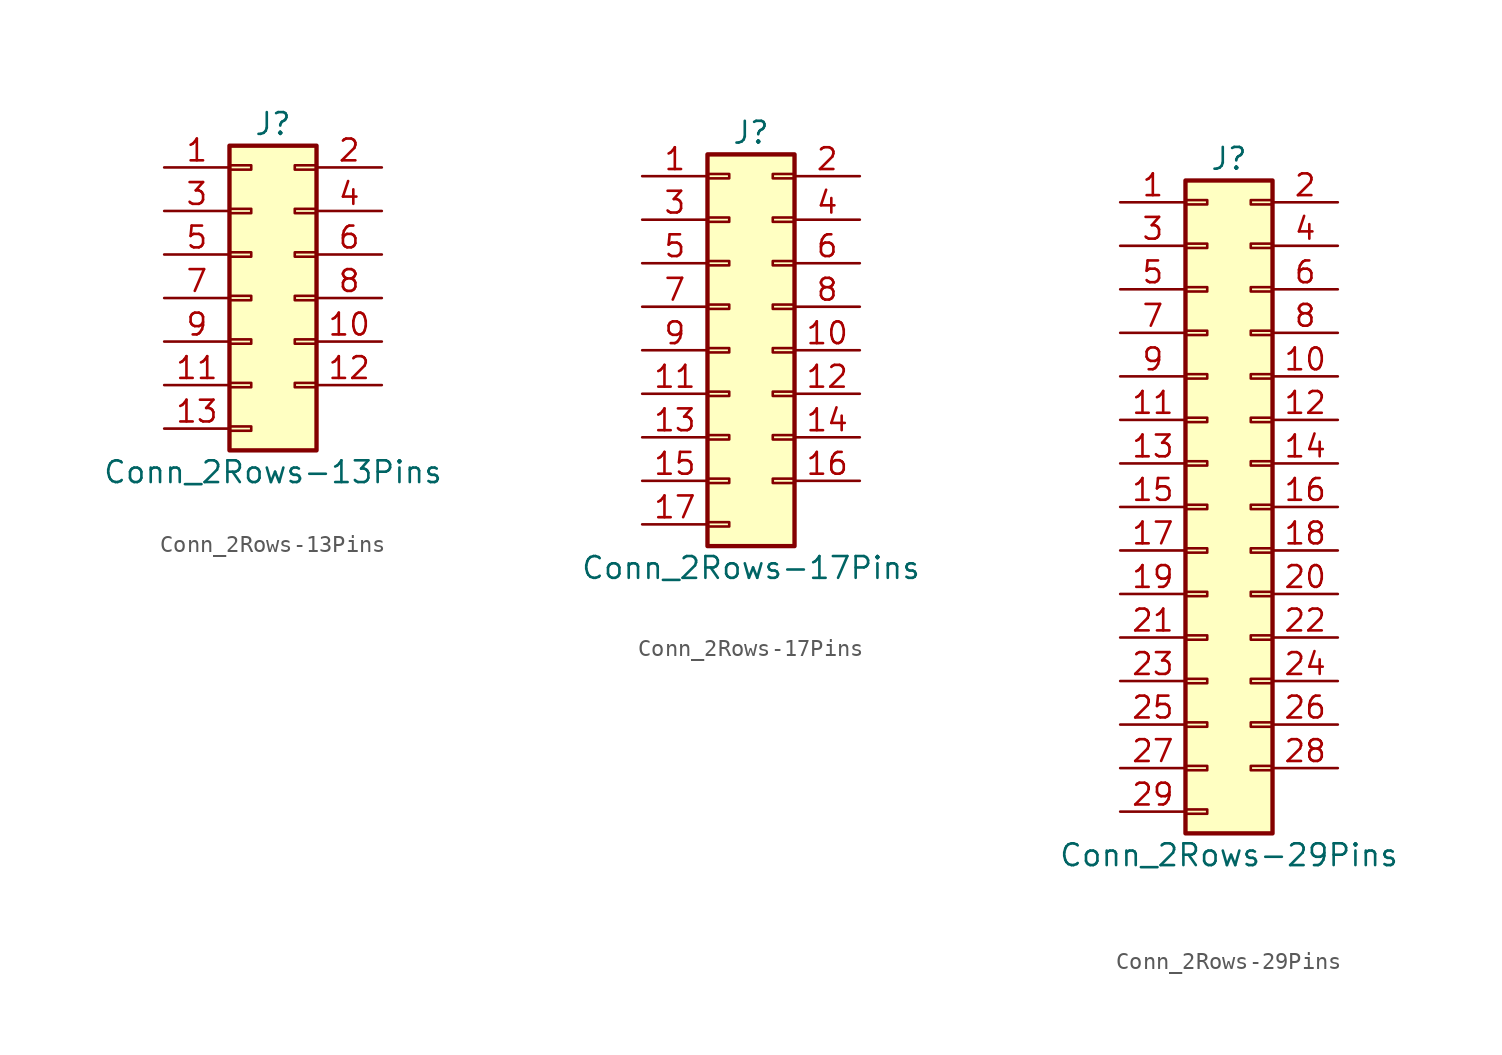
<source format=kicad_sym>
(kicad_symbol_lib
  (version 20220914)
  (generator kicad_symbol_editor)
  (symbol "Conn_2Rows-13Pins"
    (pin_names
      (offset 1.016) hide)
    (property "Reference" "J"
      (at 1.27 10.16 0)
      (effects (font (size 1.27 1.27))))
    (property "Value" "Conn_2Rows-13Pins"
      (at 1.27 -10.16 0)
      (effects (font (size 1.27 1.27))))
    (symbol "Conn_2Rows-13Pins_1_1"
      (rectangle (start -1.27 -7.493) (end 0 -7.747) (stroke (width 0.152) (type default)) (fill (type none)))
      (rectangle (start -1.27 -4.953) (end 0 -5.207) (stroke (width 0.152) (type default)) (fill (type none)))
      (rectangle (start -1.27 -2.413) (end 0 -2.667) (stroke (width 0.152) (type default)) (fill (type none)))
      (rectangle (start -1.27 0.127) (end 0 -0.127) (stroke (width 0.152) (type default)) (fill (type none)))
      (rectangle (start -1.27 2.667) (end 0 2.413) (stroke (width 0.152) (type default)) (fill (type none)))
      (rectangle (start -1.27 5.207) (end 0 4.953) (stroke (width 0.152) (type default)) (fill (type none)))
      (rectangle (start -1.27 7.747) (end 0 7.493) (stroke (width 0.152) (type default)) (fill (type none)))
      (rectangle (start -1.27 8.89) (end 3.81 -8.89) (stroke (width 0.254) (type default)) (fill (type background)))
      (rectangle (start 3.81 -4.953) (end 2.54 -5.207) (stroke (width 0.152) (type default)) (fill (type none)))
      (rectangle (start 3.81 -2.413) (end 2.54 -2.667) (stroke (width 0.152) (type default)) (fill (type none)))
      (rectangle (start 3.81 0.127) (end 2.54 -0.127) (stroke (width 0.152) (type default)) (fill (type none)))
      (rectangle (start 3.81 2.667) (end 2.54 2.413) (stroke (width 0.152) (type default)) (fill (type none)))
      (rectangle (start 3.81 5.207) (end 2.54 4.953) (stroke (width 0.152) (type default)) (fill (type none)))
      (rectangle (start 3.81 7.747) (end 2.54 7.493) (stroke (width 0.152) (type default)) (fill (type none)))
      (pin passive line (at -5.08 7.62 0) (length 3.81) (name "Pin_1" (effects (font (size 1.27 1.27)))) (number "1" (effects (font (size 1.27 1.27)))))
      (pin passive line (at 7.62 -2.54 180) (length 3.81) (name "Pin_10" (effects (font (size 1.27 1.27)))) (number "10" (effects (font (size 1.27 1.27)))))
      (pin passive line (at -5.08 -5.08 0) (length 3.81) (name "Pin_11" (effects (font (size 1.27 1.27)))) (number "11" (effects (font (size 1.27 1.27)))))
      (pin passive line (at 7.62 -5.08 180) (length 3.81) (name "Pin_12" (effects (font (size 1.27 1.27)))) (number "12" (effects (font (size 1.27 1.27)))))
      (pin passive line (at -5.08 -7.62 0) (length 3.81) (name "Pin_13" (effects (font (size 1.27 1.27)))) (number "13" (effects (font (size 1.27 1.27)))))
      (pin passive line (at 7.62 7.62 180) (length 3.81) (name "Pin_2" (effects (font (size 1.27 1.27)))) (number "2" (effects (font (size 1.27 1.27)))))
      (pin passive line (at -5.08 5.08 0) (length 3.81) (name "Pin_3" (effects (font (size 1.27 1.27)))) (number "3" (effects (font (size 1.27 1.27)))))
      (pin passive line (at 7.62 5.08 180) (length 3.81) (name "Pin_4" (effects (font (size 1.27 1.27)))) (number "4" (effects (font (size 1.27 1.27)))))
      (pin passive line (at -5.08 2.54 0) (length 3.81) (name "Pin_5" (effects (font (size 1.27 1.27)))) (number "5" (effects (font (size 1.27 1.27)))))
      (pin passive line (at 7.62 2.54 180) (length 3.81) (name "Pin_6" (effects (font (size 1.27 1.27)))) (number "6" (effects (font (size 1.27 1.27)))))
      (pin passive line (at -5.08 0 0) (length 3.81) (name "Pin_7" (effects (font (size 1.27 1.27)))) (number "7" (effects (font (size 1.27 1.27)))))
      (pin passive line (at 7.62 0 180) (length 3.81) (name "Pin_8" (effects (font (size 1.27 1.27)))) (number "8" (effects (font (size 1.27 1.27)))))
      (pin passive line (at -5.08 -2.54 0) (length 3.81) (name "Pin_9" (effects (font (size 1.27 1.27)))) (number "9" (effects (font (size 1.27 1.27)))))))
  (symbol "Conn_2Rows-17Pins"
    (pin_names
      (offset 1.016) hide)
    (property "Reference" "J"
      (at 1.27 12.7 0)
      (effects (font (size 1.27 1.27))))
    (property "Value" "Conn_2Rows-17Pins"
      (at 1.27 -12.7 0)
      (effects (font (size 1.27 1.27))))
    (symbol "Conn_2Rows-17Pins_1_1"
      (rectangle (start -1.27 -10.033) (end 0 -10.287) (stroke (width 0.152) (type default)) (fill (type none)))
      (rectangle (start -1.27 -7.493) (end 0 -7.747) (stroke (width 0.152) (type default)) (fill (type none)))
      (rectangle (start -1.27 -4.953) (end 0 -5.207) (stroke (width 0.152) (type default)) (fill (type none)))
      (rectangle (start -1.27 -2.413) (end 0 -2.667) (stroke (width 0.152) (type default)) (fill (type none)))
      (rectangle (start -1.27 0.127) (end 0 -0.127) (stroke (width 0.152) (type default)) (fill (type none)))
      (rectangle (start -1.27 2.667) (end 0 2.413) (stroke (width 0.152) (type default)) (fill (type none)))
      (rectangle (start -1.27 5.207) (end 0 4.953) (stroke (width 0.152) (type default)) (fill (type none)))
      (rectangle (start -1.27 7.747) (end 0 7.493) (stroke (width 0.152) (type default)) (fill (type none)))
      (rectangle (start -1.27 10.287) (end 0 10.033) (stroke (width 0.152) (type default)) (fill (type none)))
      (rectangle (start -1.27 11.43) (end 3.81 -11.43) (stroke (width 0.254) (type default)) (fill (type background)))
      (rectangle (start 3.81 -7.493) (end 2.54 -7.747) (stroke (width 0.152) (type default)) (fill (type none)))
      (rectangle (start 3.81 -4.953) (end 2.54 -5.207) (stroke (width 0.152) (type default)) (fill (type none)))
      (rectangle (start 3.81 -2.413) (end 2.54 -2.667) (stroke (width 0.152) (type default)) (fill (type none)))
      (rectangle (start 3.81 0.127) (end 2.54 -0.127) (stroke (width 0.152) (type default)) (fill (type none)))
      (rectangle (start 3.81 2.667) (end 2.54 2.413) (stroke (width 0.152) (type default)) (fill (type none)))
      (rectangle (start 3.81 5.207) (end 2.54 4.953) (stroke (width 0.152) (type default)) (fill (type none)))
      (rectangle (start 3.81 7.747) (end 2.54 7.493) (stroke (width 0.152) (type default)) (fill (type none)))
      (rectangle (start 3.81 10.287) (end 2.54 10.033) (stroke (width 0.152) (type default)) (fill (type none)))
      (pin passive line (at -5.08 10.16 0) (length 3.81) (name "Pin_1" (effects (font (size 1.27 1.27)))) (number "1" (effects (font (size 1.27 1.27)))))
      (pin passive line (at 7.62 0 180) (length 3.81) (name "Pin_10" (effects (font (size 1.27 1.27)))) (number "10" (effects (font (size 1.27 1.27)))))
      (pin passive line (at -5.08 -2.54 0) (length 3.81) (name "Pin_11" (effects (font (size 1.27 1.27)))) (number "11" (effects (font (size 1.27 1.27)))))
      (pin passive line (at 7.62 -2.54 180) (length 3.81) (name "Pin_12" (effects (font (size 1.27 1.27)))) (number "12" (effects (font (size 1.27 1.27)))))
      (pin passive line (at -5.08 -5.08 0) (length 3.81) (name "Pin_13" (effects (font (size 1.27 1.27)))) (number "13" (effects (font (size 1.27 1.27)))))
      (pin passive line (at 7.62 -5.08 180) (length 3.81) (name "Pin_14" (effects (font (size 1.27 1.27)))) (number "14" (effects (font (size 1.27 1.27)))))
      (pin passive line (at -5.08 -7.62 0) (length 3.81) (name "Pin_15" (effects (font (size 1.27 1.27)))) (number "15" (effects (font (size 1.27 1.27)))))
      (pin passive line (at 7.62 -7.62 180) (length 3.81) (name "Pin_16" (effects (font (size 1.27 1.27)))) (number "16" (effects (font (size 1.27 1.27)))))
      (pin passive line (at -5.08 -10.16 0) (length 3.81) (name "Pin_17" (effects (font (size 1.27 1.27)))) (number "17" (effects (font (size 1.27 1.27)))))
      (pin passive line (at 7.62 10.16 180) (length 3.81) (name "Pin_2" (effects (font (size 1.27 1.27)))) (number "2" (effects (font (size 1.27 1.27)))))
      (pin passive line (at -5.08 7.62 0) (length 3.81) (name "Pin_3" (effects (font (size 1.27 1.27)))) (number "3" (effects (font (size 1.27 1.27)))))
      (pin passive line (at 7.62 7.62 180) (length 3.81) (name "Pin_4" (effects (font (size 1.27 1.27)))) (number "4" (effects (font (size 1.27 1.27)))))
      (pin passive line (at -5.08 5.08 0) (length 3.81) (name "Pin_5" (effects (font (size 1.27 1.27)))) (number "5" (effects (font (size 1.27 1.27)))))
      (pin passive line (at 7.62 5.08 180) (length 3.81) (name "Pin_6" (effects (font (size 1.27 1.27)))) (number "6" (effects (font (size 1.27 1.27)))))
      (pin passive line (at -5.08 2.54 0) (length 3.81) (name "Pin_7" (effects (font (size 1.27 1.27)))) (number "7" (effects (font (size 1.27 1.27)))))
      (pin passive line (at 7.62 2.54 180) (length 3.81) (name "Pin_8" (effects (font (size 1.27 1.27)))) (number "8" (effects (font (size 1.27 1.27)))))
      (pin passive line (at -5.08 0 0) (length 3.81) (name "Pin_9" (effects (font (size 1.27 1.27)))) (number "9" (effects (font (size 1.27 1.27)))))))
  (symbol "Conn_2Rows-29Pins"
    (pin_names
      (offset 1.016) hide)
    (property "Reference" "J"
      (at 1.27 20.32 0)
      (effects (font (size 1.27 1.27))))
    (property "Value" "Conn_2Rows-29Pins"
      (at 1.27 -20.32 0)
      (effects (font (size 1.27 1.27))))
    (symbol "Conn_2Rows-29Pins_1_1"
      (rectangle (start -1.27 -17.653) (end 0 -17.907) (stroke (width 0.152) (type default)) (fill (type none)))
      (rectangle (start -1.27 -15.113) (end 0 -15.367) (stroke (width 0.152) (type default)) (fill (type none)))
      (rectangle (start -1.27 -12.573) (end 0 -12.827) (stroke (width 0.152) (type default)) (fill (type none)))
      (rectangle (start -1.27 -10.033) (end 0 -10.287) (stroke (width 0.152) (type default)) (fill (type none)))
      (rectangle (start -1.27 -7.493) (end 0 -7.747) (stroke (width 0.152) (type default)) (fill (type none)))
      (rectangle (start -1.27 -4.953) (end 0 -5.207) (stroke (width 0.152) (type default)) (fill (type none)))
      (rectangle (start -1.27 -2.413) (end 0 -2.667) (stroke (width 0.152) (type default)) (fill (type none)))
      (rectangle (start -1.27 0.127) (end 0 -0.127) (stroke (width 0.152) (type default)) (fill (type none)))
      (rectangle (start -1.27 2.667) (end 0 2.413) (stroke (width 0.152) (type default)) (fill (type none)))
      (rectangle (start -1.27 5.207) (end 0 4.953) (stroke (width 0.152) (type default)) (fill (type none)))
      (rectangle (start -1.27 7.747) (end 0 7.493) (stroke (width 0.152) (type default)) (fill (type none)))
      (rectangle (start -1.27 10.287) (end 0 10.033) (stroke (width 0.152) (type default)) (fill (type none)))
      (rectangle (start -1.27 12.827) (end 0 12.573) (stroke (width 0.152) (type default)) (fill (type none)))
      (rectangle (start -1.27 15.367) (end 0 15.113) (stroke (width 0.152) (type default)) (fill (type none)))
      (rectangle (start -1.27 17.907) (end 0 17.653) (stroke (width 0.152) (type default)) (fill (type none)))
      (rectangle (start -1.27 19.05) (end 3.81 -19.05) (stroke (width 0.254) (type default)) (fill (type background)))
      (rectangle (start 3.81 -15.113) (end 2.54 -15.367) (stroke (width 0.152) (type default)) (fill (type none)))
      (rectangle (start 3.81 -12.573) (end 2.54 -12.827) (stroke (width 0.152) (type default)) (fill (type none)))
      (rectangle (start 3.81 -10.033) (end 2.54 -10.287) (stroke (width 0.152) (type default)) (fill (type none)))
      (rectangle (start 3.81 -7.493) (end 2.54 -7.747) (stroke (width 0.152) (type default)) (fill (type none)))
      (rectangle (start 3.81 -4.953) (end 2.54 -5.207) (stroke (width 0.152) (type default)) (fill (type none)))
      (rectangle (start 3.81 -2.413) (end 2.54 -2.667) (stroke (width 0.152) (type default)) (fill (type none)))
      (rectangle (start 3.81 0.127) (end 2.54 -0.127) (stroke (width 0.152) (type default)) (fill (type none)))
      (rectangle (start 3.81 2.667) (end 2.54 2.413) (stroke (width 0.152) (type default)) (fill (type none)))
      (rectangle (start 3.81 5.207) (end 2.54 4.953) (stroke (width 0.152) (type default)) (fill (type none)))
      (rectangle (start 3.81 7.747) (end 2.54 7.493) (stroke (width 0.152) (type default)) (fill (type none)))
      (rectangle (start 3.81 10.287) (end 2.54 10.033) (stroke (width 0.152) (type default)) (fill (type none)))
      (rectangle (start 3.81 12.827) (end 2.54 12.573) (stroke (width 0.152) (type default)) (fill (type none)))
      (rectangle (start 3.81 15.367) (end 2.54 15.113) (stroke (width 0.152) (type default)) (fill (type none)))
      (rectangle (start 3.81 17.907) (end 2.54 17.653) (stroke (width 0.152) (type default)) (fill (type none)))
      (pin passive line (at -5.08 17.78 0) (length 3.81) (name "Pin_1" (effects (font (size 1.27 1.27)))) (number "1" (effects (font (size 1.27 1.27)))))
      (pin passive line (at 7.62 7.62 180) (length 3.81) (name "Pin_10" (effects (font (size 1.27 1.27)))) (number "10" (effects (font (size 1.27 1.27)))))
      (pin passive line (at -5.08 5.08 0) (length 3.81) (name "Pin_11" (effects (font (size 1.27 1.27)))) (number "11" (effects (font (size 1.27 1.27)))))
      (pin passive line (at 7.62 5.08 180) (length 3.81) (name "Pin_12" (effects (font (size 1.27 1.27)))) (number "12" (effects (font (size 1.27 1.27)))))
      (pin passive line (at -5.08 2.54 0) (length 3.81) (name "Pin_13" (effects (font (size 1.27 1.27)))) (number "13" (effects (font (size 1.27 1.27)))))
      (pin passive line (at 7.62 2.54 180) (length 3.81) (name "Pin_14" (effects (font (size 1.27 1.27)))) (number "14" (effects (font (size 1.27 1.27)))))
      (pin passive line (at -5.08 0 0) (length 3.81) (name "Pin_15" (effects (font (size 1.27 1.27)))) (number "15" (effects (font (size 1.27 1.27)))))
      (pin passive line (at 7.62 0 180) (length 3.81) (name "Pin_16" (effects (font (size 1.27 1.27)))) (number "16" (effects (font (size 1.27 1.27)))))
      (pin passive line (at -5.08 -2.54 0) (length 3.81) (name "Pin_17" (effects (font (size 1.27 1.27)))) (number "17" (effects (font (size 1.27 1.27)))))
      (pin passive line (at 7.62 -2.54 180) (length 3.81) (name "Pin_18" (effects (font (size 1.27 1.27)))) (number "18" (effects (font (size 1.27 1.27)))))
      (pin passive line (at -5.08 -5.08 0) (length 3.81) (name "Pin_19" (effects (font (size 1.27 1.27)))) (number "19" (effects (font (size 1.27 1.27)))))
      (pin passive line (at 7.62 17.78 180) (length 3.81) (name "Pin_2" (effects (font (size 1.27 1.27)))) (number "2" (effects (font (size 1.27 1.27)))))
      (pin passive line (at 7.62 -5.08 180) (length 3.81) (name "Pin_20" (effects (font (size 1.27 1.27)))) (number "20" (effects (font (size 1.27 1.27)))))
      (pin passive line (at -5.08 -7.62 0) (length 3.81) (name "Pin_21" (effects (font (size 1.27 1.27)))) (number "21" (effects (font (size 1.27 1.27)))))
      (pin passive line (at 7.62 -7.62 180) (length 3.81) (name "Pin_22" (effects (font (size 1.27 1.27)))) (number "22" (effects (font (size 1.27 1.27)))))
      (pin passive line (at -5.08 -10.16 0) (length 3.81) (name "Pin_23" (effects (font (size 1.27 1.27)))) (number "23" (effects (font (size 1.27 1.27)))))
      (pin passive line (at 7.62 -10.16 180) (length 3.81) (name "Pin_24" (effects (font (size 1.27 1.27)))) (number "24" (effects (font (size 1.27 1.27)))))
      (pin passive line (at -5.08 -12.7 0) (length 3.81) (name "Pin_25" (effects (font (size 1.27 1.27)))) (number "25" (effects (font (size 1.27 1.27)))))
      (pin passive line (at 7.62 -12.7 180) (length 3.81) (name "Pin_26" (effects (font (size 1.27 1.27)))) (number "26" (effects (font (size 1.27 1.27)))))
      (pin passive line (at -5.08 -15.24 0) (length 3.81) (name "Pin_27" (effects (font (size 1.27 1.27)))) (number "27" (effects (font (size 1.27 1.27)))))
      (pin passive line (at 7.62 -15.24 180) (length 3.81) (name "Pin_28" (effects (font (size 1.27 1.27)))) (number "28" (effects (font (size 1.27 1.27)))))
      (pin passive line (at -5.08 -17.78 0) (length 3.81) (name "Pin_29" (effects (font (size 1.27 1.27)))) (number "29" (effects (font (size 1.27 1.27)))))
      (pin passive line (at -5.08 15.24 0) (length 3.81) (name "Pin_3" (effects (font (size 1.27 1.27)))) (number "3" (effects (font (size 1.27 1.27)))))
      (pin passive line (at 7.62 15.24 180) (length 3.81) (name "Pin_4" (effects (font (size 1.27 1.27)))) (number "4" (effects (font (size 1.27 1.27)))))
      (pin passive line (at -5.08 12.7 0) (length 3.81) (name "Pin_5" (effects (font (size 1.27 1.27)))) (number "5" (effects (font (size 1.27 1.27)))))
      (pin passive line (at 7.62 12.7 180) (length 3.81) (name "Pin_6" (effects (font (size 1.27 1.27)))) (number "6" (effects (font (size 1.27 1.27)))))
      (pin passive line (at -5.08 10.16 0) (length 3.81) (name "Pin_7" (effects (font (size 1.27 1.27)))) (number "7" (effects (font (size 1.27 1.27)))))
      (pin passive line (at 7.62 10.16 180) (length 3.81) (name "Pin_8" (effects (font (size 1.27 1.27)))) (number "8" (effects (font (size 1.27 1.27)))))
      (pin passive line (at -5.08 7.62 0) (length 3.81) (name "Pin_9" (effects (font (size 1.27 1.27)))) (number "9" (effects (font (size 1.27 1.27))))))))
</source>
